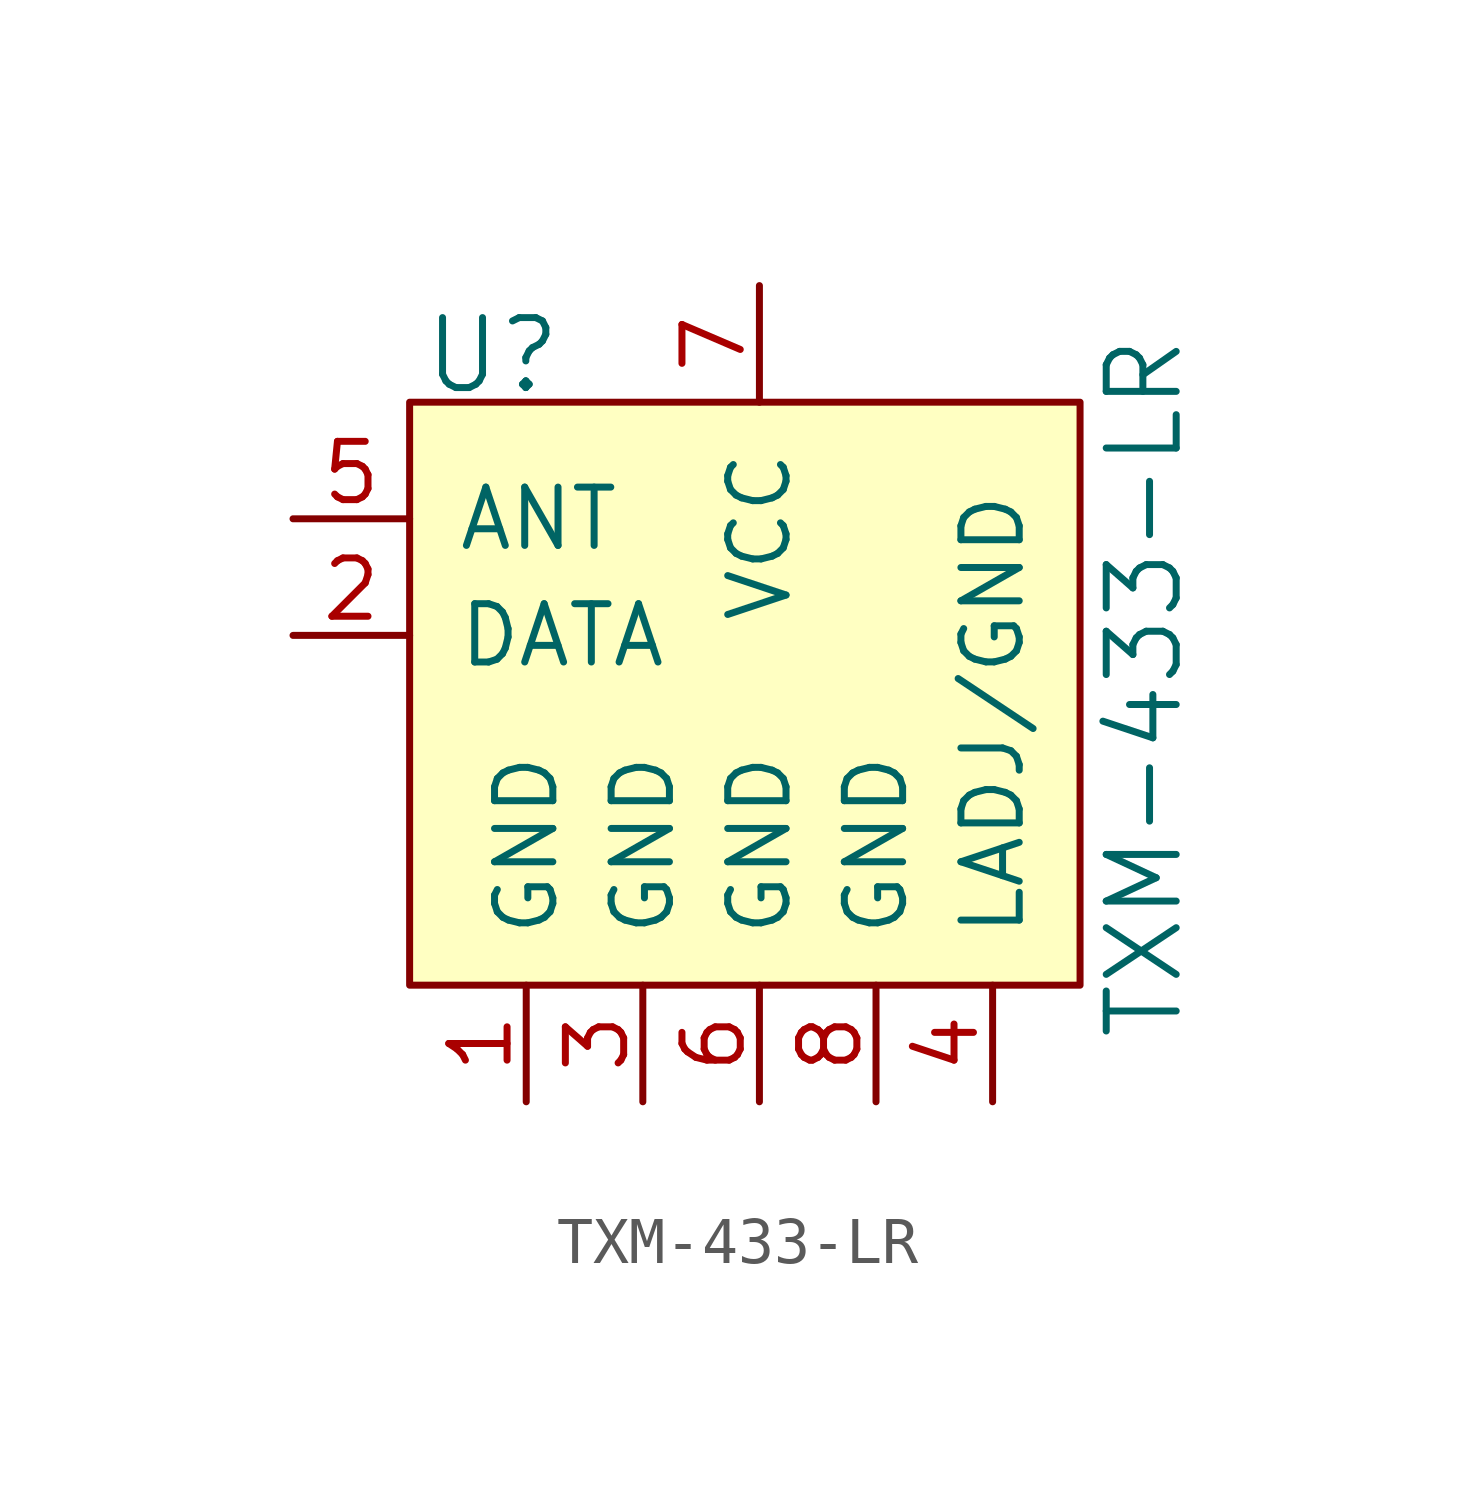
<source format=kicad_sym>
(kicad_symbol_lib
  (version 20201005)
  (generator kicad_symbol_editor)
  (symbol "TXM-433-LR"
    (pin_names
      (offset 1.016))
    (property "Reference" "U"
      (at -7.366 8.636 0)
      (effects (font (size 1.524 1.524)) (justify left)))
    (property "Value" "TXM-433-LR"
      (at 8.382 1.397 90)
      (effects (font (size 1.524 1.524))))
    (symbol "TXM-433-LR_0_1"
      (rectangle (start -7.62 7.62) (end 6.985 -5.08) (stroke (width 0)) (fill (type background))))
    (symbol "TXM-433-LR_1_1"
      (pin power_in line (at -5.08 -7.62 90) (length 2.54) (name "GND" (effects (font (size 1.27 1.27)))) (number "1" (effects (font (size 1.27 1.27)))))
      (pin bidirectional line (at -10.16 2.54 0) (length 2.54) (name "DATA" (effects (font (size 1.27 1.27)))) (number "2" (effects (font (size 1.27 1.27)))))
      (pin power_in line (at -2.54 -7.62 90) (length 2.54) (name "GND" (effects (font (size 1.27 1.27)))) (number "3" (effects (font (size 1.27 1.27)))))
      (pin power_in line (at 5.08 -7.62 90) (length 2.54) (name "LADJ/GND" (effects (font (size 1.27 1.27)))) (number "4" (effects (font (size 1.27 1.27)))))
      (pin input line (at -10.16 5.08 0) (length 2.54) (name "ANT" (effects (font (size 1.27 1.27)))) (number "5" (effects (font (size 1.27 1.27)))))
      (pin power_in line (at 0 -7.62 90) (length 2.54) (name "GND" (effects (font (size 1.27 1.27)))) (number "6" (effects (font (size 1.27 1.27)))))
      (pin power_in line (at 0 10.16 270) (length 2.54) (name "VCC" (effects (font (size 1.27 1.27)))) (number "7" (effects (font (size 1.27 1.27)))))
      (pin power_in line (at 2.54 -7.62 90) (length 2.54) (name "GND" (effects (font (size 1.27 1.27)))) (number "8" (effects (font (size 1.27 1.27))))))))
</source>
